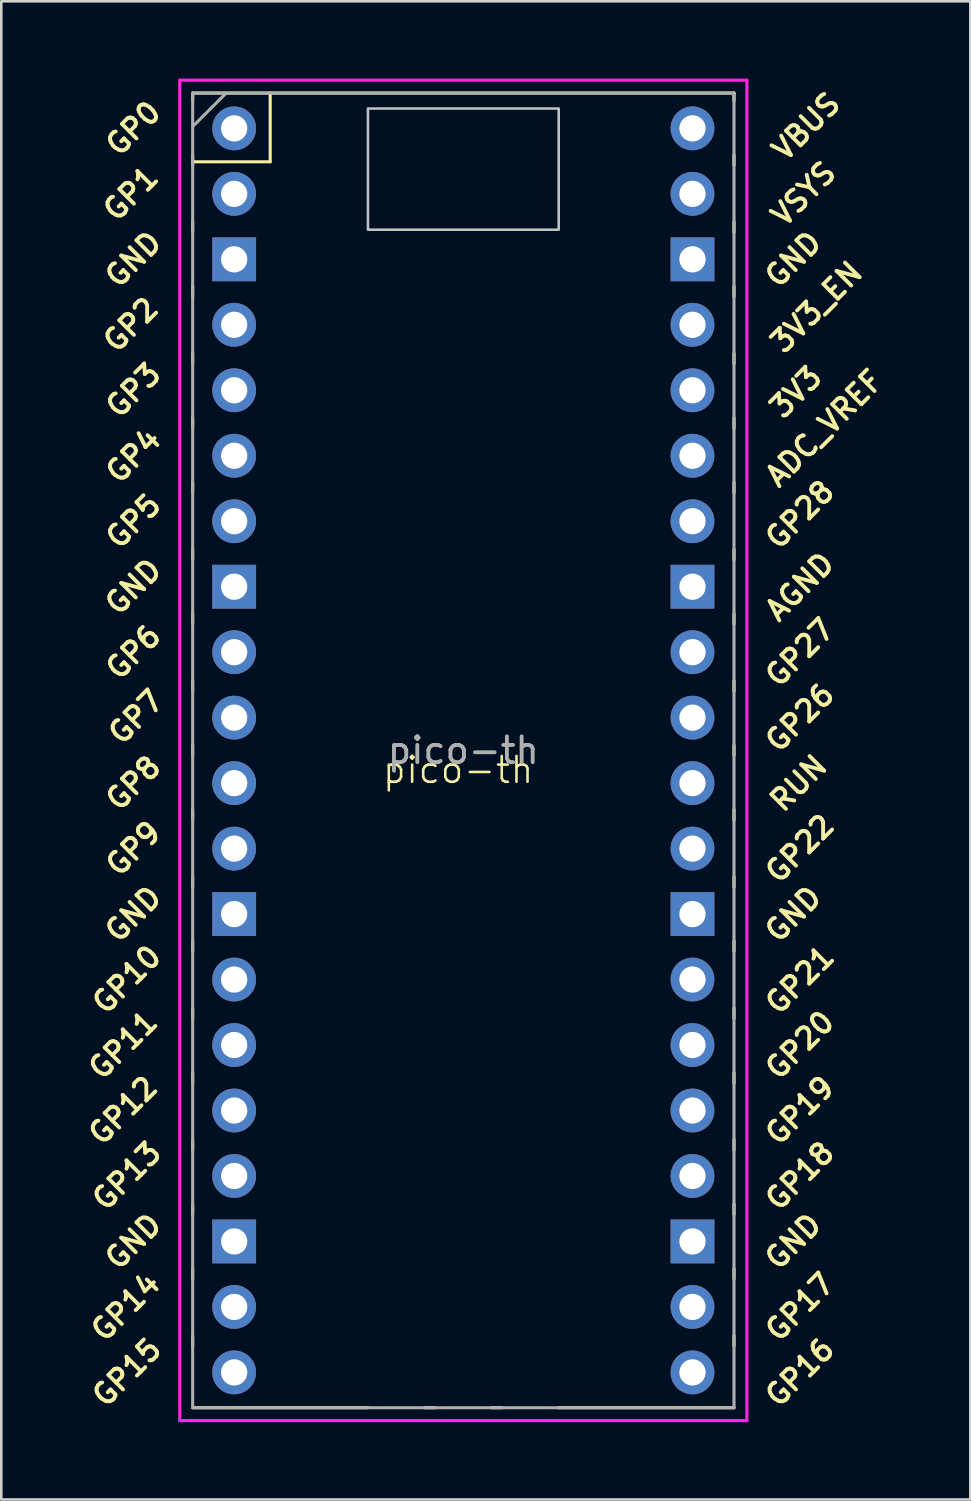
<source format=kicad_pcb>
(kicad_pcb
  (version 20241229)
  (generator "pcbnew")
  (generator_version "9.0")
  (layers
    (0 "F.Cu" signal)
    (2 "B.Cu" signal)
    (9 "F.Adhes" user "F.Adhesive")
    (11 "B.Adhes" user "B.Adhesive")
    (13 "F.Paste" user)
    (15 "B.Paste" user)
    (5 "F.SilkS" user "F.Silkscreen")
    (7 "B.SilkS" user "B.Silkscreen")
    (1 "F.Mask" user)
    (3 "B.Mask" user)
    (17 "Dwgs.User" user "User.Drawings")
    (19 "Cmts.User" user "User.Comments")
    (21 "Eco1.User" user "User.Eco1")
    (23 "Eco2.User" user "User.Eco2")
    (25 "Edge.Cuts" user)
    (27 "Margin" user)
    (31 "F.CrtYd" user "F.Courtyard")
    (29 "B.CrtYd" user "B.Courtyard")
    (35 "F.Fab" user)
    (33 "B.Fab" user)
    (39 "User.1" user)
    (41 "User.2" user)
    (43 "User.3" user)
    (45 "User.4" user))
  (footprint "pico-th"
    (layer "F.Cu")
    (at 14.724 27.32)
    (property "Reference" "pico-th" (at 0 -0.5 0) (unlocked yes) (layer "F.SilkS") (effects (font (size 1 1) (thickness 0.1))))
    (attr through_hole)
    (fp_line (start -10.3 -26.76) (end -10.3 -26.46) (stroke (width 0.12) (type solid)) (layer "F.SilkS"))
    (fp_line (start -10.3 -26.76) (end 10.7 -26.76) (stroke (width 0.12) (type solid)) (layer "F.SilkS"))
    (fp_line (start -10.3 -24.36) (end -10.3 -23.96) (stroke (width 0.12) (type solid)) (layer "F.SilkS"))
    (fp_line (start -10.3 -24.093) (end -7.293 -24.093) (stroke (width 0.12) (type solid)) (layer "F.SilkS"))
    (fp_line (start -10.3 -21.76) (end -10.3 -21.36) (stroke (width 0.12) (type solid)) (layer "F.SilkS"))
    (fp_line (start -10.3 -19.26) (end -10.3 -18.86) (stroke (width 0.12) (type solid)) (layer "F.SilkS"))
    (fp_line (start -10.3 -16.66) (end -10.3 -16.26) (stroke (width 0.12) (type solid)) (layer "F.SilkS"))
    (fp_line (start -10.3 -14.16) (end -10.3 -13.76) (stroke (width 0.12) (type solid)) (layer "F.SilkS"))
    (fp_line (start -10.3 -11.66) (end -10.3 -11.26) (stroke (width 0.12) (type solid)) (layer "F.SilkS"))
    (fp_line (start -10.3 -9.06) (end -10.3 -8.66) (stroke (width 0.12) (type solid)) (layer "F.SilkS"))
    (fp_line (start -10.3 -6.56) (end -10.3 -6.16) (stroke (width 0.12) (type solid)) (layer "F.SilkS"))
    (fp_line (start -10.3 -3.96) (end -10.3 -3.56) (stroke (width 0.12) (type solid)) (layer "F.SilkS"))
    (fp_line (start -10.3 -1.46) (end -10.3 -1.06) (stroke (width 0.12) (type solid)) (layer "F.SilkS"))
    (fp_line (start -10.3 1.04) (end -10.3 1.44) (stroke (width 0.12) (type solid)) (layer "F.SilkS"))
    (fp_line (start -10.3 3.64) (end -10.3 4.04) (stroke (width 0.12) (type solid)) (layer "F.SilkS"))
    (fp_line (start -10.3 6.14) (end -10.3 6.54) (stroke (width 0.12) (type solid)) (layer "F.SilkS"))
    (fp_line (start -10.3 8.74) (end -10.3 9.14) (stroke (width 0.12) (type solid)) (layer "F.SilkS"))
    (fp_line (start -10.3 11.24) (end -10.3 11.64) (stroke (width 0.12) (type solid)) (layer "F.SilkS"))
    (fp_line (start -10.3 13.84) (end -10.3 14.24) (stroke (width 0.12) (type solid)) (layer "F.SilkS"))
    (fp_line (start -10.3 16.34) (end -10.3 16.74) (stroke (width 0.12) (type solid)) (layer "F.SilkS"))
    (fp_line (start -10.3 18.84) (end -10.3 19.24) (stroke (width 0.12) (type solid)) (layer "F.SilkS"))
    (fp_line (start -10.3 21.44) (end -10.3 21.84) (stroke (width 0.12) (type solid)) (layer "F.SilkS"))
    (fp_line (start -7.293 -24.093) (end -7.293 -26.76) (stroke (width 0.12) (type solid)) (layer "F.SilkS"))
    (fp_line (start -3.5 24.24) (end -10.3 24.24) (stroke (width 0.12) (type solid)) (layer "F.SilkS"))
    (fp_line (start -1.3 24.24) (end -0.9 24.24) (stroke (width 0.12) (type solid)) (layer "F.SilkS"))
    (fp_line (start 1.3 24.24) (end 1.7 24.24) (stroke (width 0.12) (type solid)) (layer "F.SilkS"))
    (fp_line (start 10.7 -26.76) (end 10.7 -26.46) (stroke (width 0.12) (type solid)) (layer "F.SilkS"))
    (fp_line (start 10.7 -24.36) (end 10.7 -23.96) (stroke (width 0.12) (type solid)) (layer "F.SilkS"))
    (fp_line (start 10.7 -21.76) (end 10.7 -21.36) (stroke (width 0.12) (type solid)) (layer "F.SilkS"))
    (fp_line (start 10.7 -19.26) (end 10.7 -18.86) (stroke (width 0.12) (type solid)) (layer "F.SilkS"))
    (fp_line (start 10.7 -16.66) (end 10.7 -16.26) (stroke (width 0.12) (type solid)) (layer "F.SilkS"))
    (fp_line (start 10.7 -14.16) (end 10.7 -13.76) (stroke (width 0.12) (type solid)) (layer "F.SilkS"))
    (fp_line (start 10.7 -11.66) (end 10.7 -11.26) (stroke (width 0.12) (type solid)) (layer "F.SilkS"))
    (fp_line (start 10.7 -9.06) (end 10.7 -8.66) (stroke (width 0.12) (type solid)) (layer "F.SilkS"))
    (fp_line (start 10.7 -6.56) (end 10.7 -6.16) (stroke (width 0.12) (type solid)) (layer "F.SilkS"))
    (fp_line (start 10.7 -3.96) (end 10.7 -3.56) (stroke (width 0.12) (type solid)) (layer "F.SilkS"))
    (fp_line (start 10.7 -1.46) (end 10.7 -1.06) (stroke (width 0.12) (type solid)) (layer "F.SilkS"))
    (fp_line (start 10.7 1.04) (end 10.7 1.44) (stroke (width 0.12) (type solid)) (layer "F.SilkS"))
    (fp_line (start 10.7 3.64) (end 10.7 4.04) (stroke (width 0.12) (type solid)) (layer "F.SilkS"))
    (fp_line (start 10.7 6.14) (end 10.7 6.54) (stroke (width 0.12) (type solid)) (layer "F.SilkS"))
    (fp_line (start 10.7 8.74) (end 10.7 9.14) (stroke (width 0.12) (type solid)) (layer "F.SilkS"))
    (fp_line (start 10.7 11.24) (end 10.7 11.64) (stroke (width 0.12) (type solid)) (layer "F.SilkS"))
    (fp_line (start 10.7 13.84) (end 10.7 14.24) (stroke (width 0.12) (type solid)) (layer "F.SilkS"))
    (fp_line (start 10.7 16.34) (end 10.7 16.74) (stroke (width 0.12) (type solid)) (layer "F.SilkS"))
    (fp_line (start 10.7 18.84) (end 10.7 19.24) (stroke (width 0.12) (type solid)) (layer "F.SilkS"))
    (fp_line (start 10.7 21.44) (end 10.7 21.84) (stroke (width 0.12) (type solid)) (layer "F.SilkS"))
    (fp_line (start 10.7 24.24) (end 3.9 24.24) (stroke (width 0.12) (type solid)) (layer "F.SilkS"))
    (fp_poly (pts (xy 3.9 -21.46) (xy -3.5 -21.46) (xy -3.5 -26.16) (xy 3.9 -26.16)) (stroke (width 0.1) (type solid)) (fill no) (layer "Dwgs.User"))
    (fp_line (start -10.8 -27.26) (end 11.2 -27.26) (stroke (width 0.12) (type solid)) (layer "F.CrtYd"))
    (fp_line (start -10.8 24.74) (end -10.8 -27.26) (stroke (width 0.12) (type solid)) (layer "F.CrtYd"))
    (fp_line (start 11.2 -27.26) (end 11.2 24.74) (stroke (width 0.12) (type solid)) (layer "F.CrtYd"))
    (fp_line (start 11.2 24.74) (end -10.8 24.74) (stroke (width 0.12) (type solid)) (layer "F.CrtYd"))
    (fp_line (start -10.3 -26.76) (end 10.7 -26.76) (stroke (width 0.12) (type solid)) (layer "F.Fab"))
    (fp_line (start -10.3 -25.46) (end -9 -26.76) (stroke (width 0.12) (type solid)) (layer "F.Fab"))
    (fp_line (start -10.3 24.24) (end -10.3 -26.76) (stroke (width 0.12) (type solid)) (layer "F.Fab"))
    (fp_line (start 10.7 -26.76) (end 10.7 24.24) (stroke (width 0.12) (type solid)) (layer "F.Fab"))
    (fp_line (start 10.7 24.24) (end -10.3 24.24) (stroke (width 0.12) (type solid)) (layer "F.Fab"))
    (fp_text user "GP0" (at -12.6 -25.39 45) (layer "F.SilkS") (effects (font (size 0.8 0.8) (thickness 0.15))))
    (fp_text user "GP15" (at -12.854 22.87 45) (layer "F.SilkS") (effects (font (size 0.8 0.8) (thickness 0.15))))
    (fp_text user "GP20" (at 13.254 10.17 45) (layer "F.SilkS") (effects (font (size 0.8 0.8) (thickness 0.15))))
    (fp_text user "GP22" (at 13.254 2.55 45) (layer "F.SilkS") (effects (font (size 0.8 0.8) (thickness 0.15))))
    (fp_text user "GND" (at -12.6 17.79 45) (layer "F.SilkS") (effects (font (size 0.8 0.8) (thickness 0.15))))
    (fp_text user "GP4" (at -12.6 -12.69 45) (layer "F.SilkS") (effects (font (size 0.8 0.8) (thickness 0.15))))
    (fp_text user "3V3" (at 13.1 -15.16 45) (layer "F.SilkS") (effects (font (size 0.8 0.8) (thickness 0.15))))
    (fp_text user "GP8" (at -12.6 0.01 45) (layer "F.SilkS") (effects (font (size 0.8 0.8) (thickness 0.15))))
    (fp_text user "GP26" (at 13.254 -2.53 45) (layer "F.SilkS") (effects (font (size 0.8 0.8) (thickness 0.15))))
    (fp_text user "RUN" (at 13.2 0.01 45) (layer "F.SilkS") (effects (font (size 0.8 0.8) (thickness 0.15))))
    (fp_text user "GND" (at -12.6 -7.61 45) (layer "F.SilkS") (effects (font (size 0.8 0.8) (thickness 0.15))))
    (fp_text user "GP5" (at -12.6 -10.15 45) (layer "F.SilkS") (effects (font (size 0.8 0.8) (thickness 0.15))))
    (fp_text user "GP10" (at -12.854 7.63 45) (layer "F.SilkS") (effects (font (size 0.8 0.8) (thickness 0.15))))
    (fp_text user "GP13" (at -12.854 15.25 45) (layer "F.SilkS") (effects (font (size 0.8 0.8) (thickness 0.15))))
    (fp_text user "GP11" (at -13 10.17 45) (layer "F.SilkS") (effects (font (size 0.8 0.8) (thickness 0.15))))
    (fp_text user "GP17" (at 13.254 20.33 45) (layer "F.SilkS") (effects (font (size 0.8 0.8) (thickness 0.15))))
    (fp_text user "GP2" (at -12.7 -17.77 45) (layer "F.SilkS") (effects (font (size 0.8 0.8) (thickness 0.15))))
    (fp_text user "VSYS" (at 13.4 -22.85 45) (layer "F.SilkS") (effects (font (size 0.8 0.8) (thickness 0.15))))
    (fp_text user "GP12" (at -13 12.71 45) (layer "F.SilkS") (effects (font (size 0.8 0.8) (thickness 0.15))))
    (fp_text user "GP21" (at 13.254 7.64 45) (layer "F.SilkS") (effects (font (size 0.8 0.8) (thickness 0.15))))
    (fp_text user "GP16" (at 13.254 22.87 45) (layer "F.SilkS") (effects (font (size 0.8 0.8) (thickness 0.15))))
    (fp_text user "GP27" (at 13.254 -5.06 45) (layer "F.SilkS") (effects (font (size 0.8 0.8) (thickness 0.15))))
    (fp_text user "GP28" (at 13.254 -10.404 45) (layer "F.SilkS") (effects (font (size 0.8 0.8) (thickness 0.15))))
    (fp_text user "3V3_EN" (at 13.9 -18.46 45) (layer "F.SilkS") (effects (font (size 0.8 0.8) (thickness 0.15))))
    (fp_text user "GND" (at 13 -20.31 45) (layer "F.SilkS") (effects (font (size 0.8 0.8) (thickness 0.15))))
    (fp_text user "GND" (at -12.6 5.09 45) (layer "F.SilkS") (effects (font (size 0.8 0.8) (thickness 0.15))))
    (fp_text user "GP18" (at 13.254 15.25 45) (layer "F.SilkS") (effects (font (size 0.8 0.8) (thickness 0.15))))
    (fp_text user "AGND" (at 13.254 -7.61 45) (layer "F.SilkS") (effects (font (size 0.8 0.8) (thickness 0.15))))
    (fp_text user "GND" (at 13 17.79 45) (layer "F.SilkS") (effects (font (size 0.8 0.8) (thickness 0.15))))
    (fp_text user "GND" (at -12.6 -20.31 45) (layer "F.SilkS") (effects (font (size 0.8 0.8) (thickness 0.15))))
    (fp_text user "GP14" (at -12.9 20.33 45) (layer "F.SilkS") (effects (font (size 0.8 0.8) (thickness 0.15))))
    (fp_text user "GP19" (at 13.254 12.71 45) (layer "F.SilkS") (effects (font (size 0.8 0.8) (thickness 0.15))))
    (fp_text user "GP6" (at -12.6 -5.07 45) (layer "F.SilkS") (effects (font (size 0.8 0.8) (thickness 0.15))))
    (fp_text user "GP9" (at -12.6 2.55 45) (layer "F.SilkS") (effects (font (size 0.8 0.8) (thickness 0.15))))
    (fp_text user "GP7" (at -12.5 -2.56 45) (layer "F.SilkS") (effects (font (size 0.8 0.8) (thickness 0.15))))
    (fp_text user "ADC_VREF" (at 14.2 -13.76 45) (layer "F.SilkS") (effects (font (size 0.8 0.8) (thickness 0.15))))
    (fp_text user "VBUS" (at 13.5 -25.46 45) (layer "F.SilkS") (effects (font (size 0.8 0.8) (thickness 0.15))))
    (fp_text user "GND" (at 13 5.09 45) (layer "F.SilkS") (effects (font (size 0.8 0.8) (thickness 0.15))))
    (fp_text user "GP3" (at -12.6 -15.23 45) (layer "F.SilkS") (effects (font (size 0.8 0.8) (thickness 0.15))))
    (fp_text user "GP1" (at -12.7 -22.86 45) (layer "F.SilkS") (effects (font (size 0.8 0.8) (thickness 0.15))))
    (fp_text user "${REFERENCE}" (at 0.2 -1.26 180) (layer "F.Fab") (effects (font (size 1 1) (thickness 0.15))))
    (pad "1" thru_hole oval (at -8.69 -25.39) (size 1.7 1.7) (drill 1.02) (layers "*.Cu" "*.Mask"))
    (pad "2" thru_hole oval (at -8.69 -22.85) (size 1.7 1.7) (drill 1.02) (layers "*.Cu" "*.Mask"))
    (pad "3" thru_hole rect (at -8.69 -20.31) (size 1.7 1.7) (drill 1.02) (layers "*.Cu" "*.Mask"))
    (pad "4" thru_hole oval (at -8.69 -17.77) (size 1.7 1.7) (drill 1.02) (layers "*.Cu" "*.Mask"))
    (pad "5" thru_hole oval (at -8.69 -15.23) (size 1.7 1.7) (drill 1.02) (layers "*.Cu" "*.Mask"))
    (pad "6" thru_hole oval (at -8.69 -12.69) (size 1.7 1.7) (drill 1.02) (layers "*.Cu" "*.Mask"))
    (pad "7" thru_hole oval (at -8.69 -10.15) (size 1.7 1.7) (drill 1.02) (layers "*.Cu" "*.Mask"))
    (pad "8" thru_hole rect (at -8.69 -7.61) (size 1.7 1.7) (drill 1.02) (layers "*.Cu" "*.Mask"))
    (pad "9" thru_hole oval (at -8.69 -5.07) (size 1.7 1.7) (drill 1.02) (layers "*.Cu" "*.Mask"))
    (pad "10" thru_hole oval (at -8.69 -2.53) (size 1.7 1.7) (drill 1.02) (layers "*.Cu" "*.Mask"))
    (pad "11" thru_hole oval (at -8.69 0.01) (size 1.7 1.7) (drill 1.02) (layers "*.Cu" "*.Mask"))
    (pad "12" thru_hole oval (at -8.69 2.55) (size 1.7 1.7) (drill 1.02) (layers "*.Cu" "*.Mask"))
    (pad "13" thru_hole rect (at -8.69 5.09) (size 1.7 1.7) (drill 1.02) (layers "*.Cu" "*.Mask"))
    (pad "14" thru_hole oval (at -8.69 7.63) (size 1.7 1.7) (drill 1.02) (layers "*.Cu" "*.Mask"))
    (pad "15" thru_hole oval (at -8.69 10.17) (size 1.7 1.7) (drill 1.02) (layers "*.Cu" "*.Mask"))
    (pad "16" thru_hole oval (at -8.69 12.71) (size 1.7 1.7) (drill 1.02) (layers "*.Cu" "*.Mask"))
    (pad "17" thru_hole oval (at -8.69 15.25) (size 1.7 1.7) (drill 1.02) (layers "*.Cu" "*.Mask"))
    (pad "18" thru_hole rect (at -8.69 17.79) (size 1.7 1.7) (drill 1.02) (layers "*.Cu" "*.Mask"))
    (pad "19" thru_hole oval (at -8.69 20.33) (size 1.7 1.7) (drill 1.02) (layers "*.Cu" "*.Mask"))
    (pad "20" thru_hole oval (at -8.69 22.87) (size 1.7 1.7) (drill 1.02) (layers "*.Cu" "*.Mask"))
    (pad "21" thru_hole oval (at 9.09 22.87) (size 1.7 1.7) (drill 1.02) (layers "*.Cu" "*.Mask"))
    (pad "22" thru_hole oval (at 9.09 20.33) (size 1.7 1.7) (drill 1.02) (layers "*.Cu" "*.Mask"))
    (pad "23" thru_hole rect (at 9.09 17.79) (size 1.7 1.7) (drill 1.02) (layers "*.Cu" "*.Mask"))
    (pad "24" thru_hole oval (at 9.09 15.25) (size 1.7 1.7) (drill 1.02) (layers "*.Cu" "*.Mask"))
    (pad "25" thru_hole oval (at 9.09 12.71) (size 1.7 1.7) (drill 1.02) (layers "*.Cu" "*.Mask"))
    (pad "26" thru_hole oval (at 9.09 10.17) (size 1.7 1.7) (drill 1.02) (layers "*.Cu" "*.Mask"))
    (pad "27" thru_hole oval (at 9.09 7.63) (size 1.7 1.7) (drill 1.02) (layers "*.Cu" "*.Mask"))
    (pad "28" thru_hole rect (at 9.09 5.09) (size 1.7 1.7) (drill 1.02) (layers "*.Cu" "*.Mask"))
    (pad "29" thru_hole oval (at 9.09 2.55) (size 1.7 1.7) (drill 1.02) (layers "*.Cu" "*.Mask"))
    (pad "30" thru_hole oval (at 9.09 0.01) (size 1.7 1.7) (drill 1.02) (layers "*.Cu" "*.Mask"))
    (pad "31" thru_hole oval (at 9.09 -2.53) (size 1.7 1.7) (drill 1.02) (layers "*.Cu" "*.Mask"))
    (pad "32" thru_hole oval (at 9.09 -5.07) (size 1.7 1.7) (drill 1.02) (layers "*.Cu" "*.Mask"))
    (pad "33" thru_hole rect (at 9.09 -7.61) (size 1.7 1.7) (drill 1.02) (layers "*.Cu" "*.Mask"))
    (pad "34" thru_hole oval (at 9.09 -10.15) (size 1.7 1.7) (drill 1.02) (layers "*.Cu" "*.Mask"))
    (pad "35" thru_hole oval (at 9.09 -12.69) (size 1.7 1.7) (drill 1.02) (layers "*.Cu" "*.Mask"))
    (pad "36" thru_hole oval (at 9.09 -15.23) (size 1.7 1.7) (drill 1.02) (layers "*.Cu" "*.Mask"))
    (pad "37" thru_hole oval (at 9.09 -17.77) (size 1.7 1.7) (drill 1.02) (layers "*.Cu" "*.Mask"))
    (pad "38" thru_hole rect (at 9.09 -20.31) (size 1.7 1.7) (drill 1.02) (layers "*.Cu" "*.Mask"))
    (pad "39" thru_hole oval (at 9.09 -22.85) (size 1.7 1.7) (drill 1.02) (layers "*.Cu" "*.Mask"))
    (pad "40" thru_hole oval (at 9.09 -25.39) (size 1.7 1.7) (drill 1.02) (layers "*.Cu" "*.Mask")))
  (gr_rect
    (start -3 -3)
    (end 34.591 55.12)
    (stroke (width 0.1) (type default))
    (fill no)
    (layer "Edge.Cuts")))
</source>
